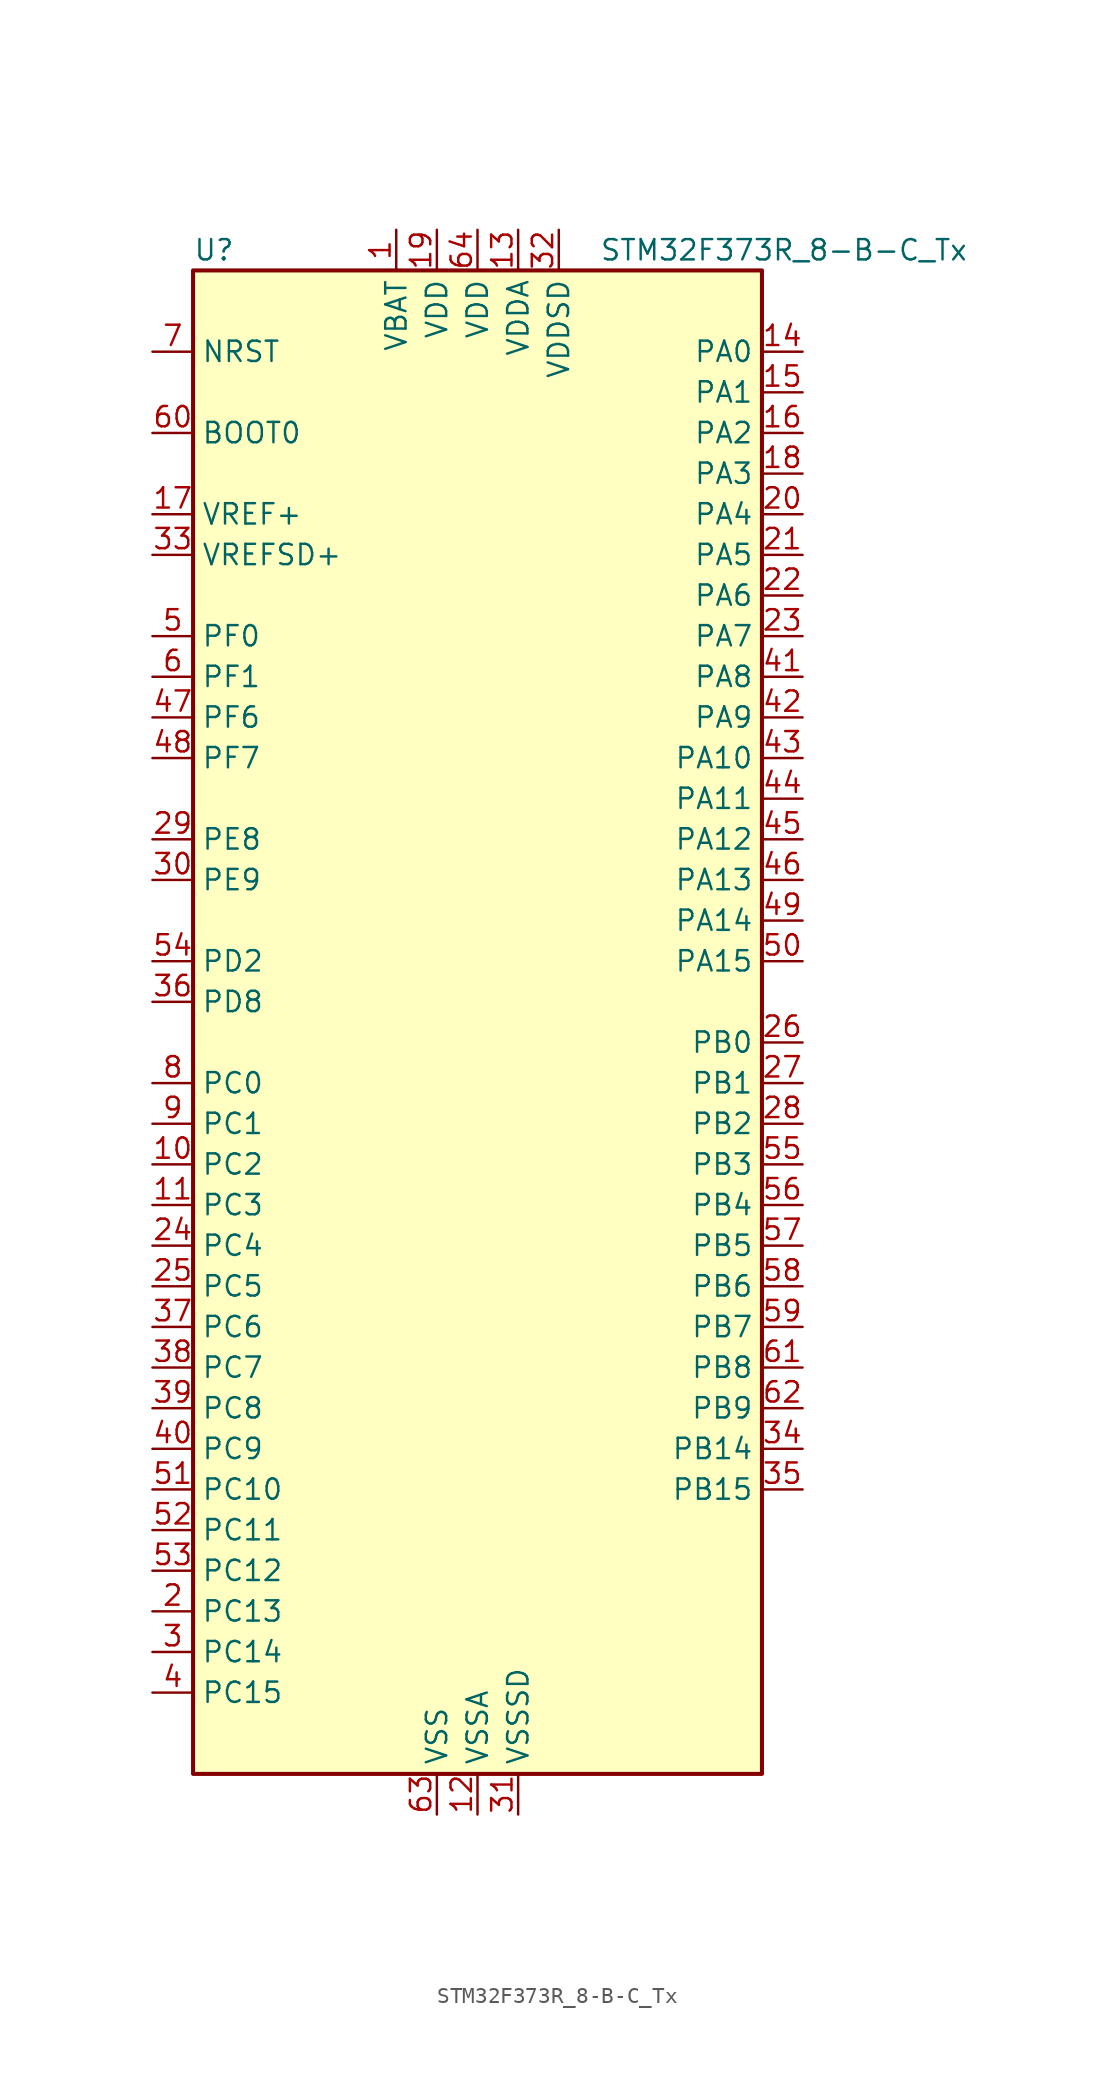
<source format=kicad_sym>
(kicad_symbol_lib
  (version 20241209)
  (generator "kicad_symbol_editor")
  (generator_version "9.0")
  (symbol "STM32F373R_8-B-C_Tx"
    (property "Reference" "U"
      (at -17.78 49.53 0)
      (effects (font (size 1.27 1.27)) (justify left)))
    (property "Value" "STM32F373R_8-B-C_Tx"
      (at 7.62 49.53 0)
      (effects (font (size 1.27 1.27)) (justify left)))
    (symbol "STM32F373R_8-B-C_Tx_0_1"
      (rectangle (start -17.78 -45.72) (end 17.78 48.26) (stroke (width 0.254) (type default)) (fill (type background))))
    (symbol "STM32F373R_8-B-C_Tx_1_1"
      (pin input line (at -20.32 43.18 0) (length 2.54) (name "NRST" (effects (font (size 1.27 1.27)))) (number "7" (effects (font (size 1.27 1.27)))))
      (pin input line (at -20.32 38.1 0) (length 2.54) (name "BOOT0" (effects (font (size 1.27 1.27)))) (number "60" (effects (font (size 1.27 1.27)))))
      (pin input line (at -20.32 33.02 0) (length 2.54) (name "VREF+" (effects (font (size 1.27 1.27)))) (number "17" (effects (font (size 1.27 1.27)))))
      (pin input line (at -20.32 30.48 0) (length 2.54) (name "VREFSD+" (effects (font (size 1.27 1.27)))) (number "33" (effects (font (size 1.27 1.27)))))
      (pin bidirectional line (at -20.32 25.4 0) (length 2.54) (name "PF0" (effects (font (size 1.27 1.27)))) (number "5" (effects (font (size 1.27 1.27)))) (alternate "I2C2_SDA" bidirectional line) (alternate "RCC_OSC_IN" bidirectional line))
      (pin bidirectional line (at -20.32 22.86 0) (length 2.54) (name "PF1" (effects (font (size 1.27 1.27)))) (number "6" (effects (font (size 1.27 1.27)))) (alternate "I2C2_SCL" bidirectional line) (alternate "RCC_OSC_OUT" bidirectional line))
      (pin bidirectional line (at -20.32 20.32 0) (length 2.54) (name "PF6" (effects (font (size 1.27 1.27)))) (number "47" (effects (font (size 1.27 1.27)))) (alternate "I2C2_SCL" bidirectional line) (alternate "I2S1_SD" bidirectional line) (alternate "SPI1_MOSI" bidirectional line) (alternate "TIM4_CH4" bidirectional line) (alternate "USART3_DE" bidirectional line) (alternate "USART3_RTS" bidirectional line))
      (pin bidirectional line (at -20.32 17.78 0) (length 2.54) (name "PF7" (effects (font (size 1.27 1.27)))) (number "48" (effects (font (size 1.27 1.27)))) (alternate "I2C2_SDA" bidirectional line) (alternate "USART2_CK" bidirectional line))
      (pin bidirectional line (at -20.32 12.7 0) (length 2.54) (name "PE8" (effects (font (size 1.27 1.27)))) (number "29" (effects (font (size 1.27 1.27)))) (alternate "SDADC1_AIN8P" bidirectional line) (alternate "SDADC2_AIN8P" bidirectional line))
      (pin bidirectional line (at -20.32 10.16 0) (length 2.54) (name "PE9" (effects (font (size 1.27 1.27)))) (number "30" (effects (font (size 1.27 1.27)))) (alternate "DAC1_EXTI9" bidirectional line) (alternate "DAC2_EXTI9" bidirectional line) (alternate "SDADC1_AIN7P" bidirectional line) (alternate "SDADC1_AIN8M" bidirectional line) (alternate "SDADC2_AIN7P" bidirectional line) (alternate "SDADC2_AIN8M" bidirectional line))
      (pin bidirectional line (at -20.32 5.08 0) (length 2.54) (name "PD2" (effects (font (size 1.27 1.27)))) (number "54" (effects (font (size 1.27 1.27)))) (alternate "TIM3_ETR" bidirectional line))
      (pin bidirectional line (at -20.32 2.54 0) (length 2.54) (name "PD8" (effects (font (size 1.27 1.27)))) (number "36" (effects (font (size 1.27 1.27)))) (alternate "I2S2_CK" bidirectional line) (alternate "SDADC3_AIN6P" bidirectional line) (alternate "SPI2_SCK" bidirectional line) (alternate "TSC_G6_IO3" bidirectional line) (alternate "USART3_TX" bidirectional line))
      (pin bidirectional line (at -20.32 -2.54 0) (length 2.54) (name "PC0" (effects (font (size 1.27 1.27)))) (number "8" (effects (font (size 1.27 1.27)))) (alternate "ADC1_IN10" bidirectional line) (alternate "TIM5_CH1" bidirectional line) (alternate "TIM5_ETR" bidirectional line))
      (pin bidirectional line (at -20.32 -5.08 0) (length 2.54) (name "PC1" (effects (font (size 1.27 1.27)))) (number "9" (effects (font (size 1.27 1.27)))) (alternate "ADC1_IN11" bidirectional line) (alternate "TIM5_CH2" bidirectional line))
      (pin bidirectional line (at -20.32 -7.62 0) (length 2.54) (name "PC2" (effects (font (size 1.27 1.27)))) (number "10" (effects (font (size 1.27 1.27)))) (alternate "ADC1_IN12" bidirectional line) (alternate "I2S2_MCK" bidirectional line) (alternate "SPI2_MISO" bidirectional line) (alternate "TIM5_CH3" bidirectional line))
      (pin bidirectional line (at -20.32 -10.16 0) (length 2.54) (name "PC3" (effects (font (size 1.27 1.27)))) (number "11" (effects (font (size 1.27 1.27)))) (alternate "ADC1_IN13" bidirectional line) (alternate "I2S2_SD" bidirectional line) (alternate "SPI2_MOSI" bidirectional line) (alternate "TIM5_CH4" bidirectional line))
      (pin bidirectional line (at -20.32 -12.7 0) (length 2.54) (name "PC4" (effects (font (size 1.27 1.27)))) (number "24" (effects (font (size 1.27 1.27)))) (alternate "ADC1_IN14" bidirectional line) (alternate "TIM13_CH1" bidirectional line) (alternate "TSC_G3_IO1" bidirectional line) (alternate "USART1_TX" bidirectional line))
      (pin bidirectional line (at -20.32 -15.24 0) (length 2.54) (name "PC5" (effects (font (size 1.27 1.27)))) (number "25" (effects (font (size 1.27 1.27)))) (alternate "ADC1_IN15" bidirectional line) (alternate "TSC_G3_IO2" bidirectional line) (alternate "USART1_RX" bidirectional line))
      (pin bidirectional line (at -20.32 -17.78 0) (length 2.54) (name "PC6" (effects (font (size 1.27 1.27)))) (number "37" (effects (font (size 1.27 1.27)))) (alternate "I2S1_WS" bidirectional line) (alternate "SPI1_NSS" bidirectional line) (alternate "TIM3_CH1" bidirectional line))
      (pin bidirectional line (at -20.32 -20.32 0) (length 2.54) (name "PC7" (effects (font (size 1.27 1.27)))) (number "38" (effects (font (size 1.27 1.27)))) (alternate "I2S1_CK" bidirectional line) (alternate "SPI1_SCK" bidirectional line) (alternate "TIM3_CH2" bidirectional line))
      (pin bidirectional line (at -20.32 -22.86 0) (length 2.54) (name "PC8" (effects (font (size 1.27 1.27)))) (number "39" (effects (font (size 1.27 1.27)))) (alternate "I2S1_MCK" bidirectional line) (alternate "SPI1_MISO" bidirectional line) (alternate "TIM3_CH3" bidirectional line))
      (pin bidirectional line (at -20.32 -25.4 0) (length 2.54) (name "PC9" (effects (font (size 1.27 1.27)))) (number "40" (effects (font (size 1.27 1.27)))) (alternate "DAC1_EXTI9" bidirectional line) (alternate "DAC2_EXTI9" bidirectional line) (alternate "I2S1_SD" bidirectional line) (alternate "SPI1_MOSI" bidirectional line) (alternate "TIM3_CH4" bidirectional line))
      (pin bidirectional line (at -20.32 -27.94 0) (length 2.54) (name "PC10" (effects (font (size 1.27 1.27)))) (number "51" (effects (font (size 1.27 1.27)))) (alternate "I2S3_CK" bidirectional line) (alternate "SPI3_SCK" bidirectional line) (alternate "TIM19_CH1" bidirectional line) (alternate "USART3_TX" bidirectional line))
      (pin bidirectional line (at -20.32 -30.48 0) (length 2.54) (name "PC11" (effects (font (size 1.27 1.27)))) (number "52" (effects (font (size 1.27 1.27)))) (alternate "ADC1_EXTI11" bidirectional line) (alternate "I2S3_MCK" bidirectional line) (alternate "SDADC1_EXTI11" bidirectional line) (alternate "SDADC2_EXTI11" bidirectional line) (alternate "SDADC3_EXTI11" bidirectional line) (alternate "SPI3_MISO" bidirectional line) (alternate "TIM19_CH2" bidirectional line) (alternate "USART3_RX" bidirectional line))
      (pin bidirectional line (at -20.32 -33.02 0) (length 2.54) (name "PC12" (effects (font (size 1.27 1.27)))) (number "53" (effects (font (size 1.27 1.27)))) (alternate "I2S3_SD" bidirectional line) (alternate "SPI3_MOSI" bidirectional line) (alternate "TIM19_CH3" bidirectional line) (alternate "USART3_CK" bidirectional line))
      (pin bidirectional line (at -20.32 -35.56 0) (length 2.54) (name "PC13" (effects (font (size 1.27 1.27)))) (number "2" (effects (font (size 1.27 1.27)))) (alternate "RTC_OUT_ALARM" bidirectional line) (alternate "RTC_OUT_CALIB" bidirectional line) (alternate "RTC_TAMP1" bidirectional line) (alternate "RTC_TS" bidirectional line) (alternate "SYS_WKUP2" bidirectional line))
      (pin bidirectional line (at -20.32 -38.1 0) (length 2.54) (name "PC14" (effects (font (size 1.27 1.27)))) (number "3" (effects (font (size 1.27 1.27)))) (alternate "RCC_OSC32_IN" bidirectional line))
      (pin bidirectional line (at -20.32 -40.64 0) (length 2.54) (name "PC15" (effects (font (size 1.27 1.27)))) (number "4" (effects (font (size 1.27 1.27)))) (alternate "ADC1_EXTI15" bidirectional line) (alternate "RCC_OSC32_OUT" bidirectional line) (alternate "SDADC1_EXTI15" bidirectional line) (alternate "SDADC2_EXTI15" bidirectional line) (alternate "SDADC3_EXTI15" bidirectional line))
      (pin power_in line (at -5.08 50.8 270) (length 2.54) (name "VBAT" (effects (font (size 1.27 1.27)))) (number "1" (effects (font (size 1.27 1.27)))))
      (pin power_in line (at -2.54 50.8 270) (length 2.54) (name "VDD" (effects (font (size 1.27 1.27)))) (number "19" (effects (font (size 1.27 1.27)))))
      (pin power_in line (at -2.54 -48.26 90) (length 2.54) (name "VSS" (effects (font (size 1.27 1.27)))) (number "63" (effects (font (size 1.27 1.27)))))
      (pin power_in line (at 0 50.8 270) (length 2.54) (name "VDD" (effects (font (size 1.27 1.27)))) (number "64" (effects (font (size 1.27 1.27)))))
      (pin power_in line (at 0 -48.26 90) (length 2.54) (name "VSSA" (effects (font (size 1.27 1.27)))) (number "12" (effects (font (size 1.27 1.27)))))
      (pin power_in line (at 2.54 50.8 270) (length 2.54) (name "VDDA" (effects (font (size 1.27 1.27)))) (number "13" (effects (font (size 1.27 1.27)))))
      (pin power_in line (at 2.54 -48.26 90) (length 2.54) (name "VSSSD" (effects (font (size 1.27 1.27)))) (number "31" (effects (font (size 1.27 1.27)))))
      (pin power_in line (at 5.08 50.8 270) (length 2.54) (name "VDDSD" (effects (font (size 1.27 1.27)))) (number "32" (effects (font (size 1.27 1.27)))))
      (pin bidirectional line (at 20.32 43.18 180) (length 2.54) (name "PA0" (effects (font (size 1.27 1.27)))) (number "14" (effects (font (size 1.27 1.27)))) (alternate "ADC1_IN0" bidirectional line) (alternate "COMP1_INM" bidirectional line) (alternate "COMP1_OUT" bidirectional line) (alternate "RTC_TAMP2" bidirectional line) (alternate "SYS_WKUP1" bidirectional line) (alternate "TIM19_CH1" bidirectional line) (alternate "TIM2_CH1" bidirectional line) (alternate "TIM2_ETR" bidirectional line) (alternate "TIM5_CH1" bidirectional line) (alternate "TIM5_ETR" bidirectional line) (alternate "TSC_G1_IO1" bidirectional line) (alternate "USART2_CTS" bidirectional line))
      (pin bidirectional line (at 20.32 40.64 180) (length 2.54) (name "PA1" (effects (font (size 1.27 1.27)))) (number "15" (effects (font (size 1.27 1.27)))) (alternate "ADC1_IN1" bidirectional line) (alternate "COMP1_INP" bidirectional line) (alternate "I2S3_CK" bidirectional line) (alternate "RTC_REFIN" bidirectional line) (alternate "SPI3_SCK" bidirectional line) (alternate "TIM15_CH1N" bidirectional line) (alternate "TIM19_CH2" bidirectional line) (alternate "TIM2_CH2" bidirectional line) (alternate "TIM5_CH2" bidirectional line) (alternate "TSC_G1_IO2" bidirectional line) (alternate "USART2_DE" bidirectional line) (alternate "USART2_RTS" bidirectional line))
      (pin bidirectional line (at 20.32 38.1 180) (length 2.54) (name "PA2" (effects (font (size 1.27 1.27)))) (number "16" (effects (font (size 1.27 1.27)))) (alternate "ADC1_IN2" bidirectional line) (alternate "COMP2_INM" bidirectional line) (alternate "COMP2_OUT" bidirectional line) (alternate "I2S3_MCK" bidirectional line) (alternate "SPI3_MISO" bidirectional line) (alternate "TIM15_CH1" bidirectional line) (alternate "TIM19_CH3" bidirectional line) (alternate "TIM2_CH3" bidirectional line) (alternate "TIM5_CH3" bidirectional line) (alternate "TSC_G1_IO3" bidirectional line) (alternate "USART2_TX" bidirectional line))
      (pin bidirectional line (at 20.32 35.56 180) (length 2.54) (name "PA3" (effects (font (size 1.27 1.27)))) (number "18" (effects (font (size 1.27 1.27)))) (alternate "ADC1_IN3" bidirectional line) (alternate "COMP2_INP" bidirectional line) (alternate "I2S3_SD" bidirectional line) (alternate "SPI3_MOSI" bidirectional line) (alternate "TIM15_CH2" bidirectional line) (alternate "TIM19_CH4" bidirectional line) (alternate "TIM2_CH4" bidirectional line) (alternate "TIM5_CH4" bidirectional line) (alternate "TSC_G1_IO4" bidirectional line) (alternate "USART2_RX" bidirectional line))
      (pin bidirectional line (at 20.32 33.02 180) (length 2.54) (name "PA4" (effects (font (size 1.27 1.27)))) (number "20" (effects (font (size 1.27 1.27)))) (alternate "ADC1_IN4" bidirectional line) (alternate "DAC1_OUT1" bidirectional line) (alternate "I2S1_WS" bidirectional line) (alternate "I2S3_WS" bidirectional line) (alternate "SPI1_NSS" bidirectional line) (alternate "SPI3_NSS" bidirectional line) (alternate "TIM12_CH1" bidirectional line) (alternate "TIM3_CH2" bidirectional line) (alternate "TSC_G2_IO1" bidirectional line) (alternate "USART2_CK" bidirectional line))
      (pin bidirectional line (at 20.32 30.48 180) (length 2.54) (name "PA5" (effects (font (size 1.27 1.27)))) (number "21" (effects (font (size 1.27 1.27)))) (alternate "ADC1_IN5" bidirectional line) (alternate "CEC" bidirectional line) (alternate "DAC1_OUT2" bidirectional line) (alternate "I2S1_CK" bidirectional line) (alternate "SPI1_SCK" bidirectional line) (alternate "TIM12_CH2" bidirectional line) (alternate "TIM14_CH1" bidirectional line) (alternate "TIM2_CH1" bidirectional line) (alternate "TIM2_ETR" bidirectional line) (alternate "TSC_G2_IO2" bidirectional line))
      (pin bidirectional line (at 20.32 27.94 180) (length 2.54) (name "PA6" (effects (font (size 1.27 1.27)))) (number "22" (effects (font (size 1.27 1.27)))) (alternate "ADC1_IN6" bidirectional line) (alternate "COMP1_OUT" bidirectional line) (alternate "DAC2_OUT1" bidirectional line) (alternate "I2S1_MCK" bidirectional line) (alternate "SPI1_MISO" bidirectional line) (alternate "TIM13_CH1" bidirectional line) (alternate "TIM16_CH1" bidirectional line) (alternate "TIM3_CH1" bidirectional line) (alternate "TSC_G2_IO3" bidirectional line))
      (pin bidirectional line (at 20.32 25.4 180) (length 2.54) (name "PA7" (effects (font (size 1.27 1.27)))) (number "23" (effects (font (size 1.27 1.27)))) (alternate "ADC1_IN7" bidirectional line) (alternate "COMP2_OUT" bidirectional line) (alternate "I2S1_SD" bidirectional line) (alternate "SPI1_MOSI" bidirectional line) (alternate "TIM14_CH1" bidirectional line) (alternate "TIM17_CH1" bidirectional line) (alternate "TIM3_CH2" bidirectional line) (alternate "TSC_G2_IO4" bidirectional line))
      (pin bidirectional line (at 20.32 22.86 180) (length 2.54) (name "PA8" (effects (font (size 1.27 1.27)))) (number "41" (effects (font (size 1.27 1.27)))) (alternate "I2C2_SMBA" bidirectional line) (alternate "I2S2_CK" bidirectional line) (alternate "RCC_MCO" bidirectional line) (alternate "SPI2_SCK" bidirectional line) (alternate "TIM4_ETR" bidirectional line) (alternate "TIM5_CH1" bidirectional line) (alternate "TIM5_ETR" bidirectional line) (alternate "USART1_CK" bidirectional line))
      (pin bidirectional line (at 20.32 20.32 180) (length 2.54) (name "PA9" (effects (font (size 1.27 1.27)))) (number "42" (effects (font (size 1.27 1.27)))) (alternate "DAC1_EXTI9" bidirectional line) (alternate "DAC2_EXTI9" bidirectional line) (alternate "I2C2_SCL" bidirectional line) (alternate "I2S2_MCK" bidirectional line) (alternate "SPI2_MISO" bidirectional line) (alternate "TIM13_CH1" bidirectional line) (alternate "TIM15_BKIN" bidirectional line) (alternate "TIM2_CH3" bidirectional line) (alternate "TSC_G4_IO1" bidirectional line) (alternate "USART1_TX" bidirectional line))
      (pin bidirectional line (at 20.32 17.78 180) (length 2.54) (name "PA10" (effects (font (size 1.27 1.27)))) (number "43" (effects (font (size 1.27 1.27)))) (alternate "I2C2_SDA" bidirectional line) (alternate "I2S2_SD" bidirectional line) (alternate "SPI2_MOSI" bidirectional line) (alternate "TIM14_CH1" bidirectional line) (alternate "TIM17_BKIN" bidirectional line) (alternate "TIM2_CH4" bidirectional line) (alternate "TSC_G4_IO2" bidirectional line) (alternate "USART1_RX" bidirectional line))
      (pin bidirectional line (at 20.32 15.24 180) (length 2.54) (name "PA11" (effects (font (size 1.27 1.27)))) (number "44" (effects (font (size 1.27 1.27)))) (alternate "ADC1_EXTI11" bidirectional line) (alternate "CAN_RX" bidirectional line) (alternate "COMP1_OUT" bidirectional line) (alternate "I2S1_WS" bidirectional line) (alternate "I2S2_WS" bidirectional line) (alternate "SDADC1_EXTI11" bidirectional line) (alternate "SDADC2_EXTI11" bidirectional line) (alternate "SDADC3_EXTI11" bidirectional line) (alternate "SPI1_NSS" bidirectional line) (alternate "SPI2_NSS" bidirectional line) (alternate "TIM4_CH1" bidirectional line) (alternate "TIM5_CH2" bidirectional line) (alternate "USART1_CTS" bidirectional line) (alternate "USB_DM" bidirectional line))
      (pin bidirectional line (at 20.32 12.7 180) (length 2.54) (name "PA12" (effects (font (size 1.27 1.27)))) (number "45" (effects (font (size 1.27 1.27)))) (alternate "CAN_TX" bidirectional line) (alternate "COMP2_OUT" bidirectional line) (alternate "I2S1_CK" bidirectional line) (alternate "SPI1_SCK" bidirectional line) (alternate "TIM16_CH1" bidirectional line) (alternate "TIM4_CH2" bidirectional line) (alternate "TIM5_CH3" bidirectional line) (alternate "USART1_DE" bidirectional line) (alternate "USART1_RTS" bidirectional line) (alternate "USB_DP" bidirectional line))
      (pin bidirectional line (at 20.32 10.16 180) (length 2.54) (name "PA13" (effects (font (size 1.27 1.27)))) (number "46" (effects (font (size 1.27 1.27)))) (alternate "I2S1_MCK" bidirectional line) (alternate "IR_OUT" bidirectional line) (alternate "SPI1_MISO" bidirectional line) (alternate "SYS_JTMS-SWDIO" bidirectional line) (alternate "TIM16_CH1N" bidirectional line) (alternate "TIM4_CH3" bidirectional line) (alternate "TIM5_CH4" bidirectional line) (alternate "TSC_G4_IO3" bidirectional line) (alternate "USART3_CTS" bidirectional line))
      (pin bidirectional line (at 20.32 7.62 180) (length 2.54) (name "PA14" (effects (font (size 1.27 1.27)))) (number "49" (effects (font (size 1.27 1.27)))) (alternate "I2C1_SDA" bidirectional line) (alternate "SYS_JTCK-SWCLK" bidirectional line) (alternate "TIM12_CH1" bidirectional line) (alternate "TSC_G4_IO4" bidirectional line))
      (pin bidirectional line (at 20.32 5.08 180) (length 2.54) (name "PA15" (effects (font (size 1.27 1.27)))) (number "50" (effects (font (size 1.27 1.27)))) (alternate "ADC1_EXTI15" bidirectional line) (alternate "I2C1_SCL" bidirectional line) (alternate "I2S1_WS" bidirectional line) (alternate "I2S3_WS" bidirectional line) (alternate "SDADC1_EXTI15" bidirectional line) (alternate "SDADC2_EXTI15" bidirectional line) (alternate "SDADC3_EXTI15" bidirectional line) (alternate "SPI1_NSS" bidirectional line) (alternate "SPI3_NSS" bidirectional line) (alternate "SYS_JTDI" bidirectional line) (alternate "TIM12_CH2" bidirectional line) (alternate "TIM2_CH1" bidirectional line) (alternate "TIM2_ETR" bidirectional line) (alternate "TSC_SYNC" bidirectional line))
      (pin bidirectional line (at 20.32 0 180) (length 2.54) (name "PB0" (effects (font (size 1.27 1.27)))) (number "26" (effects (font (size 1.27 1.27)))) (alternate "ADC1_IN8" bidirectional line) (alternate "I2S1_SD" bidirectional line) (alternate "SDADC1_AIN6P" bidirectional line) (alternate "SPI1_MOSI" bidirectional line) (alternate "TIM3_CH2" bidirectional line) (alternate "TIM3_CH3" bidirectional line) (alternate "TSC_G3_IO3" bidirectional line))
      (pin bidirectional line (at 20.32 -2.54 180) (length 2.54) (name "PB1" (effects (font (size 1.27 1.27)))) (number "27" (effects (font (size 1.27 1.27)))) (alternate "ADC1_IN9" bidirectional line) (alternate "SDADC1_AIN5P" bidirectional line) (alternate "SDADC1_AIN6M" bidirectional line) (alternate "TIM3_CH4" bidirectional line) (alternate "TSC_G3_IO4" bidirectional line))
      (pin bidirectional line (at 20.32 -5.08 180) (length 2.54) (name "PB2" (effects (font (size 1.27 1.27)))) (number "28" (effects (font (size 1.27 1.27)))) (alternate "SDADC1_AIN4P" bidirectional line) (alternate "SDADC2_AIN6P" bidirectional line))
      (pin bidirectional line (at 20.32 -7.62 180) (length 2.54) (name "PB3" (effects (font (size 1.27 1.27)))) (number "55" (effects (font (size 1.27 1.27)))) (alternate "I2S1_CK" bidirectional line) (alternate "I2S3_CK" bidirectional line) (alternate "SPI1_SCK" bidirectional line) (alternate "SPI3_SCK" bidirectional line) (alternate "SYS_JTDO-TRACESWO" bidirectional line) (alternate "TIM13_CH1" bidirectional line) (alternate "TIM2_CH2" bidirectional line) (alternate "TIM3_ETR" bidirectional line) (alternate "TIM4_ETR" bidirectional line) (alternate "TSC_G5_IO1" bidirectional line) (alternate "USART2_TX" bidirectional line))
      (pin bidirectional line (at 20.32 -10.16 180) (length 2.54) (name "PB4" (effects (font (size 1.27 1.27)))) (number "56" (effects (font (size 1.27 1.27)))) (alternate "I2S1_MCK" bidirectional line) (alternate "I2S3_MCK" bidirectional line) (alternate "SPI1_MISO" bidirectional line) (alternate "SPI3_MISO" bidirectional line) (alternate "SYS_NJTRST" bidirectional line) (alternate "TIM15_CH1N" bidirectional line) (alternate "TIM16_CH1" bidirectional line) (alternate "TIM17_BKIN" bidirectional line) (alternate "TIM3_CH1" bidirectional line) (alternate "TSC_G5_IO2" bidirectional line) (alternate "USART2_RX" bidirectional line))
      (pin bidirectional line (at 20.32 -12.7 180) (length 2.54) (name "PB5" (effects (font (size 1.27 1.27)))) (number "57" (effects (font (size 1.27 1.27)))) (alternate "I2C1_SMBA" bidirectional line) (alternate "I2S1_SD" bidirectional line) (alternate "I2S3_SD" bidirectional line) (alternate "SPI1_MOSI" bidirectional line) (alternate "SPI3_MOSI" bidirectional line) (alternate "TIM16_BKIN" bidirectional line) (alternate "TIM17_CH1" bidirectional line) (alternate "TIM19_ETR" bidirectional line) (alternate "TIM3_CH2" bidirectional line) (alternate "USART2_CK" bidirectional line))
      (pin bidirectional line (at 20.32 -15.24 180) (length 2.54) (name "PB6" (effects (font (size 1.27 1.27)))) (number "58" (effects (font (size 1.27 1.27)))) (alternate "I2C1_SCL" bidirectional line) (alternate "TIM15_CH1" bidirectional line) (alternate "TIM16_CH1N" bidirectional line) (alternate "TIM19_CH1" bidirectional line) (alternate "TIM3_CH3" bidirectional line) (alternate "TIM4_CH1" bidirectional line) (alternate "TSC_G5_IO3" bidirectional line) (alternate "USART1_TX" bidirectional line))
      (pin bidirectional line (at 20.32 -17.78 180) (length 2.54) (name "PB7" (effects (font (size 1.27 1.27)))) (number "59" (effects (font (size 1.27 1.27)))) (alternate "I2C1_SDA" bidirectional line) (alternate "TIM15_CH2" bidirectional line) (alternate "TIM17_CH1N" bidirectional line) (alternate "TIM19_CH2" bidirectional line) (alternate "TIM3_CH4" bidirectional line) (alternate "TIM4_CH2" bidirectional line) (alternate "TSC_G5_IO4" bidirectional line) (alternate "USART1_RX" bidirectional line))
      (pin bidirectional line (at 20.32 -20.32 180) (length 2.54) (name "PB8" (effects (font (size 1.27 1.27)))) (number "61" (effects (font (size 1.27 1.27)))) (alternate "CAN_RX" bidirectional line) (alternate "CEC" bidirectional line) (alternate "COMP1_OUT" bidirectional line) (alternate "I2C1_SCL" bidirectional line) (alternate "I2S2_CK" bidirectional line) (alternate "SPI2_SCK" bidirectional line) (alternate "TIM16_CH1" bidirectional line) (alternate "TIM19_CH3" bidirectional line) (alternate "TIM4_CH3" bidirectional line) (alternate "TSC_SYNC" bidirectional line) (alternate "USART3_TX" bidirectional line))
      (pin bidirectional line (at 20.32 -22.86 180) (length 2.54) (name "PB9" (effects (font (size 1.27 1.27)))) (number "62" (effects (font (size 1.27 1.27)))) (alternate "CAN_TX" bidirectional line) (alternate "COMP2_OUT" bidirectional line) (alternate "DAC1_EXTI9" bidirectional line) (alternate "DAC2_EXTI9" bidirectional line) (alternate "I2C1_SDA" bidirectional line) (alternate "I2S2_WS" bidirectional line) (alternate "IR_OUT" bidirectional line) (alternate "SPI2_NSS" bidirectional line) (alternate "TIM17_CH1" bidirectional line) (alternate "TIM19_CH4" bidirectional line) (alternate "TIM4_CH4" bidirectional line) (alternate "USART3_RX" bidirectional line))
      (pin bidirectional line (at 20.32 -25.4 180) (length 2.54) (name "PB14" (effects (font (size 1.27 1.27)))) (number "34" (effects (font (size 1.27 1.27)))) (alternate "I2S2_MCK" bidirectional line) (alternate "SDADC3_AIN8P" bidirectional line) (alternate "SPI2_MISO" bidirectional line) (alternate "TIM12_CH1" bidirectional line) (alternate "TIM15_CH1" bidirectional line) (alternate "TSC_G6_IO1" bidirectional line) (alternate "USART3_DE" bidirectional line) (alternate "USART3_RTS" bidirectional line))
      (pin bidirectional line (at 20.32 -27.94 180) (length 2.54) (name "PB15" (effects (font (size 1.27 1.27)))) (number "35" (effects (font (size 1.27 1.27)))) (alternate "ADC1_EXTI15" bidirectional line) (alternate "I2S2_SD" bidirectional line) (alternate "RTC_REFIN" bidirectional line) (alternate "SDADC1_EXTI15" bidirectional line) (alternate "SDADC2_EXTI15" bidirectional line) (alternate "SDADC3_AIN7P" bidirectional line) (alternate "SDADC3_AIN8M" bidirectional line) (alternate "SDADC3_EXTI15" bidirectional line) (alternate "SPI2_MOSI" bidirectional line) (alternate "TIM12_CH2" bidirectional line) (alternate "TIM15_CH1N" bidirectional line) (alternate "TIM15_CH2" bidirectional line) (alternate "TSC_G6_IO2" bidirectional line)))))
</source>
